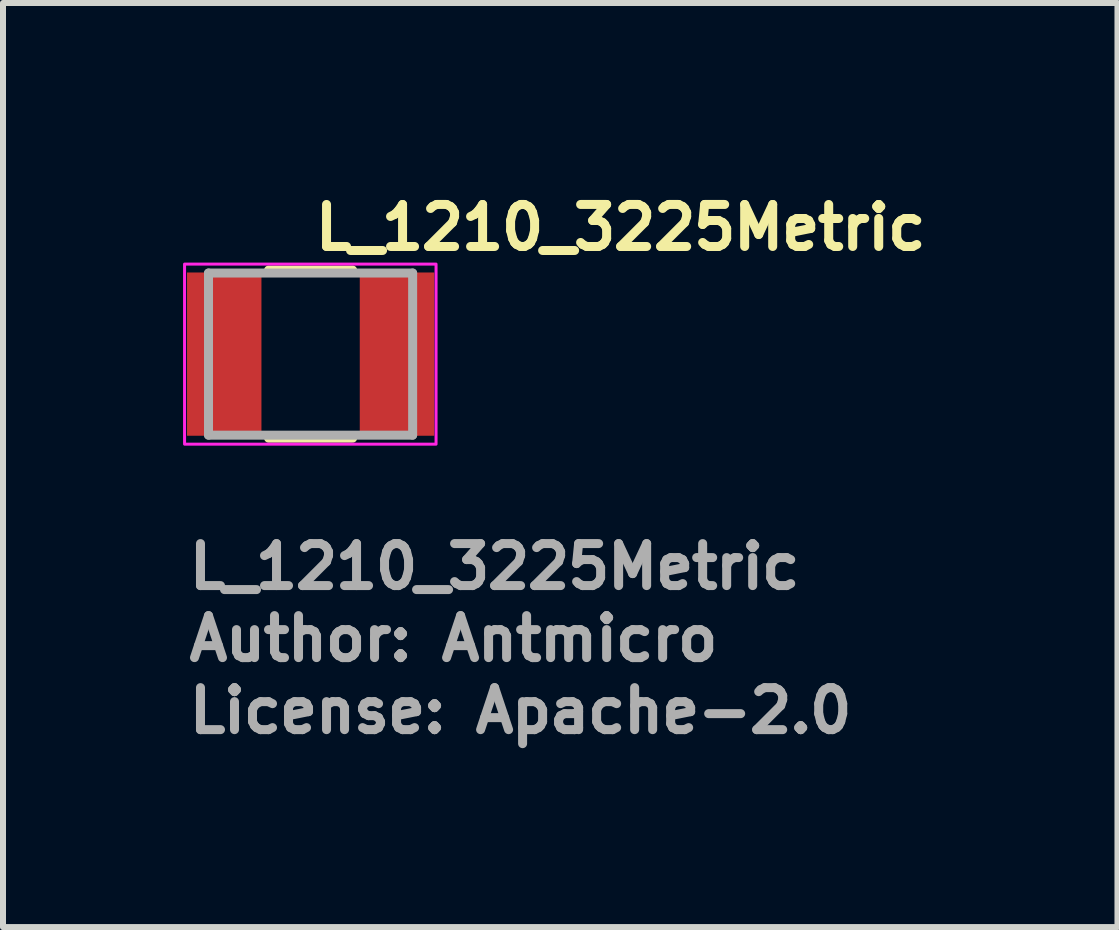
<source format=kicad_pcb>
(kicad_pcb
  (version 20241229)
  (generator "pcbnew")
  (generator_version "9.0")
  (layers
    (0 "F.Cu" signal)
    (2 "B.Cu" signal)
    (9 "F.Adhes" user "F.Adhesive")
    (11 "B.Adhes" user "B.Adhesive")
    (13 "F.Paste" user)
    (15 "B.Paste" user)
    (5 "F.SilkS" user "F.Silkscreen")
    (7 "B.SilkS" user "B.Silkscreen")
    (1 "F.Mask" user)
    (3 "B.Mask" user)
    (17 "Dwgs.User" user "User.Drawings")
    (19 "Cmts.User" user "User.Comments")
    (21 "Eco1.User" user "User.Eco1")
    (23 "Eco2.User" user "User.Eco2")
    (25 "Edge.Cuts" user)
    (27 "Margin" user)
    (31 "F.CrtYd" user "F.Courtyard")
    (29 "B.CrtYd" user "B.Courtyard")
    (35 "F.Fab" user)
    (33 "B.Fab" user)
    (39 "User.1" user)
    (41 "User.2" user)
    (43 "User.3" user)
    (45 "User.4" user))
  (footprint "L_1210_3225Metric"
    (layer "F.Cu")
    (at 2.125 2.85)
    (property "Reference" "L_1210_3225Metric" (at 0 -1.7 0) (layer "F.SilkS") (effects (font (size 0.7 0.7) (thickness 0.15)) (justify left bottom)))
    (attr smd)
    (fp_line (start -0.7 -1.4) (end 0.7 -1.4) (stroke (width 0.15) (type solid)) (layer "F.SilkS"))
    (fp_line (start -0.7 1.4) (end 0.7 1.4) (stroke (width 0.15) (type solid)) (layer "F.SilkS"))
    (fp_rect (start -2.1 -1.5) (end 2.09 1.5) (stroke (width 0.05) (type solid)) (fill no) (layer "F.CrtYd"))
    (fp_line (start -1.701 1.35) (end -1.701 -1.351) (stroke (width 0.15) (type solid)) (layer "F.Fab"))
    (fp_line (start 1.7 -1.351) (end -1.701 -1.351) (stroke (width 0.15) (type solid)) (layer "F.Fab"))
    (fp_line (start 1.7 1.35) (end -1.701 1.35) (stroke (width 0.15) (type solid)) (layer "F.Fab"))
    (fp_line (start 1.7 1.35) (end 1.7 -1.351) (stroke (width 0.15) (type solid)) (layer "F.Fab"))
    (fp_rect (start -1.6 -1.25) (end 1.6 1.25) (stroke (width 0.1) (type solid)) (fill no) (layer "User.5"))
    (fp_line (start -1.601 -1.17) (end -1.599 -1.174) (stroke (width 0.02) (type solid)) (layer "User.9"))
    (fp_line (start -1.601 1.169) (end -1.601 -1.17) (stroke (width 0.02) (type solid)) (layer "User.9"))
    (fp_line (start -1.601 1.169) (end -1.599 1.173) (stroke (width 0.02) (type solid)) (layer "User.9"))
    (fp_line (start -1.599 -1.182) (end -1.598 -1.186) (stroke (width 0.02) (type solid)) (layer "User.9"))
    (fp_line (start -1.599 -1.178) (end -1.599 -1.182) (stroke (width 0.02) (type solid)) (layer "User.9"))
    (fp_line (start -1.599 -1.174) (end -1.599 -1.178) (stroke (width 0.02) (type solid)) (layer "User.9"))
    (fp_line (start -1.599 1.173) (end -1.599 1.177) (stroke (width 0.02) (type solid)) (layer "User.9"))
    (fp_line (start -1.599 1.177) (end -1.599 1.181) (stroke (width 0.02) (type solid)) (layer "User.9"))
    (fp_line (start -1.599 1.181) (end -1.598 1.185) (stroke (width 0.02) (type solid)) (layer "User.9"))
    (fp_line (start -1.598 -1.186) (end -1.597 -1.19) (stroke (width 0.02) (type solid)) (layer "User.9"))
    (fp_line (start -1.598 1.185) (end -1.597 1.189) (stroke (width 0.02) (type solid)) (layer "User.9"))
    (fp_line (start -1.597 -1.19) (end -1.596 -1.194) (stroke (width 0.02) (type solid)) (layer "User.9"))
    (fp_line (start -1.597 1.189) (end -1.596 1.193) (stroke (width 0.02) (type solid)) (layer "User.9"))
    (fp_line (start -1.596 -1.194) (end -1.595 -1.198) (stroke (width 0.02) (type solid)) (layer "User.9"))
    (fp_line (start -1.596 1.193) (end -1.595 1.195) (stroke (width 0.02) (type solid)) (layer "User.9"))
    (fp_line (start -1.595 -1.198) (end -1.593 -1.202) (stroke (width 0.02) (type solid)) (layer "User.9"))
    (fp_line (start -1.595 1.195) (end -1.593 1.199) (stroke (width 0.02) (type solid)) (layer "User.9"))
    (fp_line (start -1.593 -1.202) (end -1.592 -1.206) (stroke (width 0.02) (type solid)) (layer "User.9"))
    (fp_line (start -1.593 1.199) (end -1.592 1.203) (stroke (width 0.02) (type solid)) (layer "User.9"))
    (fp_line (start -1.592 -1.206) (end -1.59 -1.208) (stroke (width 0.02) (type solid)) (layer "User.9"))
    (fp_line (start -1.592 1.203) (end -1.59 1.207) (stroke (width 0.02) (type solid)) (layer "User.9"))
    (fp_line (start -1.59 -1.208) (end -1.588 -1.212) (stroke (width 0.02) (type solid)) (layer "User.9"))
    (fp_line (start -1.59 1.207) (end -1.588 1.211) (stroke (width 0.02) (type solid)) (layer "User.9"))
    (fp_line (start -1.588 -1.212) (end -1.586 -1.216) (stroke (width 0.02) (type solid)) (layer "User.9"))
    (fp_line (start -1.588 1.211) (end -1.586 1.213) (stroke (width 0.02) (type solid)) (layer "User.9"))
    (fp_line (start -1.586 -1.216) (end -1.584 -1.218) (stroke (width 0.02) (type solid)) (layer "User.9"))
    (fp_line (start -1.586 1.213) (end -1.584 1.217) (stroke (width 0.02) (type solid)) (layer "User.9"))
    (fp_line (start -1.584 -1.218) (end -1.582 -1.222) (stroke (width 0.02) (type solid)) (layer "User.9"))
    (fp_line (start -1.584 1.217) (end -1.582 1.219) (stroke (width 0.02) (type solid)) (layer "User.9"))
    (fp_line (start -1.582 -1.222) (end -1.58 -1.224) (stroke (width 0.02) (type solid)) (layer "User.9"))
    (fp_line (start -1.582 1.219) (end -1.58 1.223) (stroke (width 0.02) (type solid)) (layer "User.9"))
    (fp_line (start -1.58 -1.224) (end -1.577 -1.228) (stroke (width 0.02) (type solid)) (layer "User.9"))
    (fp_line (start -1.58 1.223) (end -1.577 1.225) (stroke (width 0.02) (type solid)) (layer "User.9"))
    (fp_line (start -1.577 -1.228) (end -1.577 -1.228) (stroke (width 0.02) (type solid)) (layer "User.9"))
    (fp_line (start -1.577 -1.228) (end -1.574 -1.23) (stroke (width 0.02) (type solid)) (layer "User.9"))
    (fp_line (start -1.577 1.225) (end -1.577 1.225) (stroke (width 0.02) (type solid)) (layer "User.9"))
    (fp_line (start -1.577 1.225) (end -1.574 1.229) (stroke (width 0.02) (type solid)) (layer "User.9"))
    (fp_line (start -1.574 -1.23) (end -1.571 -1.232) (stroke (width 0.02) (type solid)) (layer "User.9"))
    (fp_line (start -1.574 1.229) (end -1.571 1.231) (stroke (width 0.02) (type solid)) (layer "User.9"))
    (fp_line (start -1.571 -1.232) (end -1.567 -1.236) (stroke (width 0.02) (type solid)) (layer "User.9"))
    (fp_line (start -1.571 1.231) (end -1.567 1.233) (stroke (width 0.02) (type solid)) (layer "User.9"))
    (fp_line (start -1.567 -1.236) (end -1.564 -1.238) (stroke (width 0.02) (type solid)) (layer "User.9"))
    (fp_line (start -1.567 1.233) (end -1.564 1.235) (stroke (width 0.02) (type solid)) (layer "User.9"))
    (fp_line (start -1.564 -1.238) (end -1.561 -1.24) (stroke (width 0.02) (type solid)) (layer "User.9"))
    (fp_line (start -1.564 1.235) (end -1.561 1.237) (stroke (width 0.02) (type solid)) (layer "User.9"))
    (fp_line (start -1.561 -1.24) (end -1.558 -1.242) (stroke (width 0.02) (type solid)) (layer "User.9"))
    (fp_line (start -1.561 1.237) (end -1.558 1.239) (stroke (width 0.02) (type solid)) (layer "User.9"))
    (fp_line (start -1.558 -1.242) (end -1.555 -1.244) (stroke (width 0.02) (type solid)) (layer "User.9"))
    (fp_line (start -1.558 1.239) (end -1.555 1.241) (stroke (width 0.02) (type solid)) (layer "User.9"))
    (fp_line (start -1.555 -1.244) (end -1.55 -1.244) (stroke (width 0.02) (type solid)) (layer "User.9"))
    (fp_line (start -1.555 1.241) (end -1.55 1.243) (stroke (width 0.02) (type solid)) (layer "User.9"))
    (fp_line (start -1.55 -1.244) (end -1.546 -1.246) (stroke (width 0.02) (type solid)) (layer "User.9"))
    (fp_line (start -1.55 1.243) (end -1.546 1.245) (stroke (width 0.02) (type solid)) (layer "User.9"))
    (fp_line (start -1.546 -1.246) (end -1.544 -1.248) (stroke (width 0.02) (type solid)) (layer "User.9"))
    (fp_line (start -1.546 1.245) (end -1.544 1.245) (stroke (width 0.02) (type solid)) (layer "User.9"))
    (fp_line (start -1.544 -1.248) (end -1.54 -1.248) (stroke (width 0.02) (type solid)) (layer "User.9"))
    (fp_line (start -1.544 1.245) (end -1.54 1.247) (stroke (width 0.02) (type solid)) (layer "User.9"))
    (fp_line (start -1.54 -1.248) (end -1.535 -1.25) (stroke (width 0.02) (type solid)) (layer "User.9"))
    (fp_line (start -1.54 1.247) (end -1.535 1.247) (stroke (width 0.02) (type solid)) (layer "User.9"))
    (fp_line (start -1.535 -1.25) (end -1.531 -1.25) (stroke (width 0.02) (type solid)) (layer "User.9"))
    (fp_line (start -1.535 1.247) (end -1.531 1.249) (stroke (width 0.02) (type solid)) (layer "User.9"))
    (fp_line (start -1.531 -1.25) (end -1.527 -1.25) (stroke (width 0.02) (type solid)) (layer "User.9"))
    (fp_line (start -1.531 1.249) (end -1.527 1.249) (stroke (width 0.02) (type solid)) (layer "User.9"))
    (fp_line (start -1.527 -1.25) (end -1.524 -1.25) (stroke (width 0.02) (type solid)) (layer "User.9"))
    (fp_line (start -1.527 1.249) (end -1.524 1.249) (stroke (width 0.02) (type solid)) (layer "User.9"))
    (fp_line (start -1.524 -1.25) (end -1.521 -1.25) (stroke (width 0.02) (type solid)) (layer "User.9"))
    (fp_line (start -1.524 1.249) (end -1.521 1.249) (stroke (width 0.02) (type solid)) (layer "User.9"))
    (fp_line (start -1.521 -1.25) (end -1.001 -1.25) (stroke (width 0.02) (type solid)) (layer "User.9"))
    (fp_line (start -1.001 -1.25) (end -1.001 -1.17) (stroke (width 0.02) (type solid)) (layer "User.9"))
    (fp_line (start -1.001 1.169) (end -1.001 -1.17) (stroke (width 0.02) (type solid)) (layer "User.9"))
    (fp_line (start -1.001 1.169) (end -1.001 1.249) (stroke (width 0.02) (type solid)) (layer "User.9"))
    (fp_line (start -1.001 1.249) (end -1.521 1.249) (stroke (width 0.02) (type solid)) (layer "User.9"))
    (fp_line (start 1 -1.25) (end 1 -1.17) (stroke (width 0.02) (type solid)) (layer "User.9"))
    (fp_line (start 1 -1.224) (end -1.001 -1.224) (stroke (width 0.02) (type solid)) (layer "User.9"))
    (fp_line (start 1 1.169) (end 1 -1.17) (stroke (width 0.02) (type solid)) (layer "User.9"))
    (fp_line (start 1 1.169) (end 1 1.249) (stroke (width 0.02) (type solid)) (layer "User.9"))
    (fp_line (start 1 1.223) (end -1.001 1.223) (stroke (width 0.02) (type solid)) (layer "User.9"))
    (fp_line (start 1 1.249) (end 1.52 1.249) (stroke (width 0.02) (type solid)) (layer "User.9"))
    (fp_line (start 1.52 -1.25) (end 1 -1.25) (stroke (width 0.02) (type solid)) (layer "User.9"))
    (fp_line (start 1.524 -1.25) (end 1.52 -1.25) (stroke (width 0.02) (type solid)) (layer "User.9"))
    (fp_line (start 1.524 1.249) (end 1.52 1.249) (stroke (width 0.02) (type solid)) (layer "User.9"))
    (fp_line (start 1.528 -1.25) (end 1.524 -1.25) (stroke (width 0.02) (type solid)) (layer "User.9"))
    (fp_line (start 1.528 1.249) (end 1.524 1.249) (stroke (width 0.02) (type solid)) (layer "User.9"))
    (fp_line (start 1.532 -1.25) (end 1.528 -1.25) (stroke (width 0.02) (type solid)) (layer "User.9"))
    (fp_line (start 1.532 1.249) (end 1.528 1.249) (stroke (width 0.02) (type solid)) (layer "User.9"))
    (fp_line (start 1.536 -1.25) (end 1.532 -1.25) (stroke (width 0.02) (type solid)) (layer "User.9"))
    (fp_line (start 1.536 1.247) (end 1.532 1.249) (stroke (width 0.02) (type solid)) (layer "User.9"))
    (fp_line (start 1.54 -1.248) (end 1.536 -1.25) (stroke (width 0.02) (type solid)) (layer "User.9"))
    (fp_line (start 1.54 1.247) (end 1.536 1.247) (stroke (width 0.02) (type solid)) (layer "User.9"))
    (fp_line (start 1.544 -1.248) (end 1.54 -1.248) (stroke (width 0.02) (type solid)) (layer "User.9"))
    (fp_line (start 1.544 1.245) (end 1.54 1.247) (stroke (width 0.02) (type solid)) (layer "User.9"))
    (fp_line (start 1.547 -1.246) (end 1.544 -1.248) (stroke (width 0.02) (type solid)) (layer "User.9"))
    (fp_line (start 1.547 1.245) (end 1.544 1.245) (stroke (width 0.02) (type solid)) (layer "User.9"))
    (fp_line (start 1.551 -1.244) (end 1.547 -1.246) (stroke (width 0.02) (type solid)) (layer "User.9"))
    (fp_line (start 1.551 1.243) (end 1.547 1.245) (stroke (width 0.02) (type solid)) (layer "User.9"))
    (fp_line (start 1.555 -1.244) (end 1.551 -1.244) (stroke (width 0.02) (type solid)) (layer "User.9"))
    (fp_line (start 1.555 1.241) (end 1.551 1.243) (stroke (width 0.02) (type solid)) (layer "User.9"))
    (fp_line (start 1.557 -1.242) (end 1.555 -1.244) (stroke (width 0.02) (type solid)) (layer "User.9"))
    (fp_line (start 1.557 1.239) (end 1.555 1.241) (stroke (width 0.02) (type solid)) (layer "User.9"))
    (fp_line (start 1.561 -1.24) (end 1.557 -1.242) (stroke (width 0.02) (type solid)) (layer "User.9"))
    (fp_line (start 1.561 1.237) (end 1.557 1.239) (stroke (width 0.02) (type solid)) (layer "User.9"))
    (fp_line (start 1.564 -1.238) (end 1.561 -1.24) (stroke (width 0.02) (type solid)) (layer "User.9"))
    (fp_line (start 1.564 1.235) (end 1.561 1.237) (stroke (width 0.02) (type solid)) (layer "User.9"))
    (fp_line (start 1.568 -1.236) (end 1.564 -1.238) (stroke (width 0.02) (type solid)) (layer "User.9"))
    (fp_line (start 1.568 1.233) (end 1.564 1.235) (stroke (width 0.02) (type solid)) (layer "User.9"))
    (fp_line (start 1.571 -1.232) (end 1.568 -1.236) (stroke (width 0.02) (type solid)) (layer "User.9"))
    (fp_line (start 1.571 1.231) (end 1.568 1.233) (stroke (width 0.02) (type solid)) (layer "User.9"))
    (fp_line (start 1.573 -1.23) (end 1.571 -1.232) (stroke (width 0.02) (type solid)) (layer "User.9"))
    (fp_line (start 1.573 1.229) (end 1.571 1.231) (stroke (width 0.02) (type solid)) (layer "User.9"))
    (fp_line (start 1.576 -1.228) (end 1.573 -1.23) (stroke (width 0.02) (type solid)) (layer "User.9"))
    (fp_line (start 1.576 -1.228) (end 1.576 -1.228) (stroke (width 0.02) (type solid)) (layer "User.9"))
    (fp_line (start 1.576 1.225) (end 1.573 1.229) (stroke (width 0.02) (type solid)) (layer "User.9"))
    (fp_line (start 1.576 1.225) (end 1.576 1.225) (stroke (width 0.02) (type solid)) (layer "User.9"))
    (fp_line (start 1.58 -1.224) (end 1.576 -1.228) (stroke (width 0.02) (type solid)) (layer "User.9"))
    (fp_line (start 1.58 1.223) (end 1.576 1.225) (stroke (width 0.02) (type solid)) (layer "User.9"))
    (fp_line (start 1.581 -1.222) (end 1.58 -1.224) (stroke (width 0.02) (type solid)) (layer "User.9"))
    (fp_line (start 1.581 1.219) (end 1.58 1.223) (stroke (width 0.02) (type solid)) (layer "User.9"))
    (fp_line (start 1.584 -1.218) (end 1.581 -1.222) (stroke (width 0.02) (type solid)) (layer "User.9"))
    (fp_line (start 1.584 1.217) (end 1.581 1.219) (stroke (width 0.02) (type solid)) (layer "User.9"))
    (fp_line (start 1.587 -1.216) (end 1.584 -1.218) (stroke (width 0.02) (type solid)) (layer "User.9"))
    (fp_line (start 1.587 1.213) (end 1.584 1.217) (stroke (width 0.02) (type solid)) (layer "User.9"))
    (fp_line (start 1.588 -1.212) (end 1.587 -1.216) (stroke (width 0.02) (type solid)) (layer "User.9"))
    (fp_line (start 1.588 1.211) (end 1.587 1.213) (stroke (width 0.02) (type solid)) (layer "User.9"))
    (fp_line (start 1.591 -1.208) (end 1.588 -1.212) (stroke (width 0.02) (type solid)) (layer "User.9"))
    (fp_line (start 1.591 1.207) (end 1.588 1.211) (stroke (width 0.02) (type solid)) (layer "User.9"))
    (fp_line (start 1.592 -1.206) (end 1.591 -1.208) (stroke (width 0.02) (type solid)) (layer "User.9"))
    (fp_line (start 1.592 1.203) (end 1.591 1.207) (stroke (width 0.02) (type solid)) (layer "User.9"))
    (fp_line (start 1.593 -1.202) (end 1.592 -1.206) (stroke (width 0.02) (type solid)) (layer "User.9"))
    (fp_line (start 1.593 1.199) (end 1.592 1.203) (stroke (width 0.02) (type solid)) (layer "User.9"))
    (fp_line (start 1.596 -1.198) (end 1.593 -1.202) (stroke (width 0.02) (type solid)) (layer "User.9"))
    (fp_line (start 1.596 -1.194) (end 1.596 -1.198) (stroke (width 0.02) (type solid)) (layer "User.9"))
    (fp_line (start 1.596 1.193) (end 1.596 1.195) (stroke (width 0.02) (type solid)) (layer "User.9"))
    (fp_line (start 1.596 1.195) (end 1.593 1.199) (stroke (width 0.02) (type solid)) (layer "User.9"))
    (fp_line (start 1.597 -1.19) (end 1.596 -1.194) (stroke (width 0.02) (type solid)) (layer "User.9"))
    (fp_line (start 1.597 1.189) (end 1.596 1.193) (stroke (width 0.02) (type solid)) (layer "User.9"))
    (fp_line (start 1.599 -1.186) (end 1.597 -1.19) (stroke (width 0.02) (type solid)) (layer "User.9"))
    (fp_line (start 1.599 1.185) (end 1.597 1.189) (stroke (width 0.02) (type solid)) (layer "User.9"))
    (fp_line (start 1.6 -1.182) (end 1.599 -1.186) (stroke (width 0.02) (type solid)) (layer "User.9"))
    (fp_line (start 1.6 -1.178) (end 1.6 -1.182) (stroke (width 0.02) (type solid)) (layer "User.9"))
    (fp_line (start 1.6 -1.174) (end 1.6 -1.178) (stroke (width 0.02) (type solid)) (layer "User.9"))
    (fp_line (start 1.6 -1.17) (end 1.6 -1.174) (stroke (width 0.02) (type solid)) (layer "User.9"))
    (fp_line (start 1.6 1.169) (end 1.6 -1.17) (stroke (width 0.02) (type solid)) (layer "User.9"))
    (fp_line (start 1.6 1.169) (end 1.6 1.173) (stroke (width 0.02) (type solid)) (layer "User.9"))
    (fp_line (start 1.6 1.173) (end 1.6 1.177) (stroke (width 0.02) (type solid)) (layer "User.9"))
    (fp_line (start 1.6 1.177) (end 1.6 1.181) (stroke (width 0.02) (type solid)) (layer "User.9"))
    (fp_line (start 1.6 1.181) (end 1.599 1.185) (stroke (width 0.02) (type solid)) (layer "User.9"))
    (fp_text user "${REFERENCE}" (at -2.1 3.95 0) (layer "F.Fab") (effects (font (size 0.7 0.7) (thickness 0.15)) (justify left bottom)))
    (fp_text user "Author: Antmicro" (at -2.1 5.15 0) (layer "F.Fab") (effects (font (size 0.7 0.7) (thickness 0.15)) (justify left bottom)))
    (fp_text user "License: Apache-2.0" (at -2.1 6.35 0) (layer "F.Fab") (effects (font (size 0.7 0.7) (thickness 0.15)) (justify left bottom)))
    (pad "1" smd rect (at -1.439 0) (size 1.24 2.72) (layers "F.Cu" "F.Mask" "F.Paste"))
    (pad "2" smd rect (at 1.439 0) (size 1.24 2.72) (layers "F.Cu" "F.Mask" "F.Paste")))
  (gr_rect
    (start -3 -3)
    (end 15.568 12.396)
    (stroke (width 0.1) (type default))
    (fill no)
    (layer "Edge.Cuts")))
</source>
